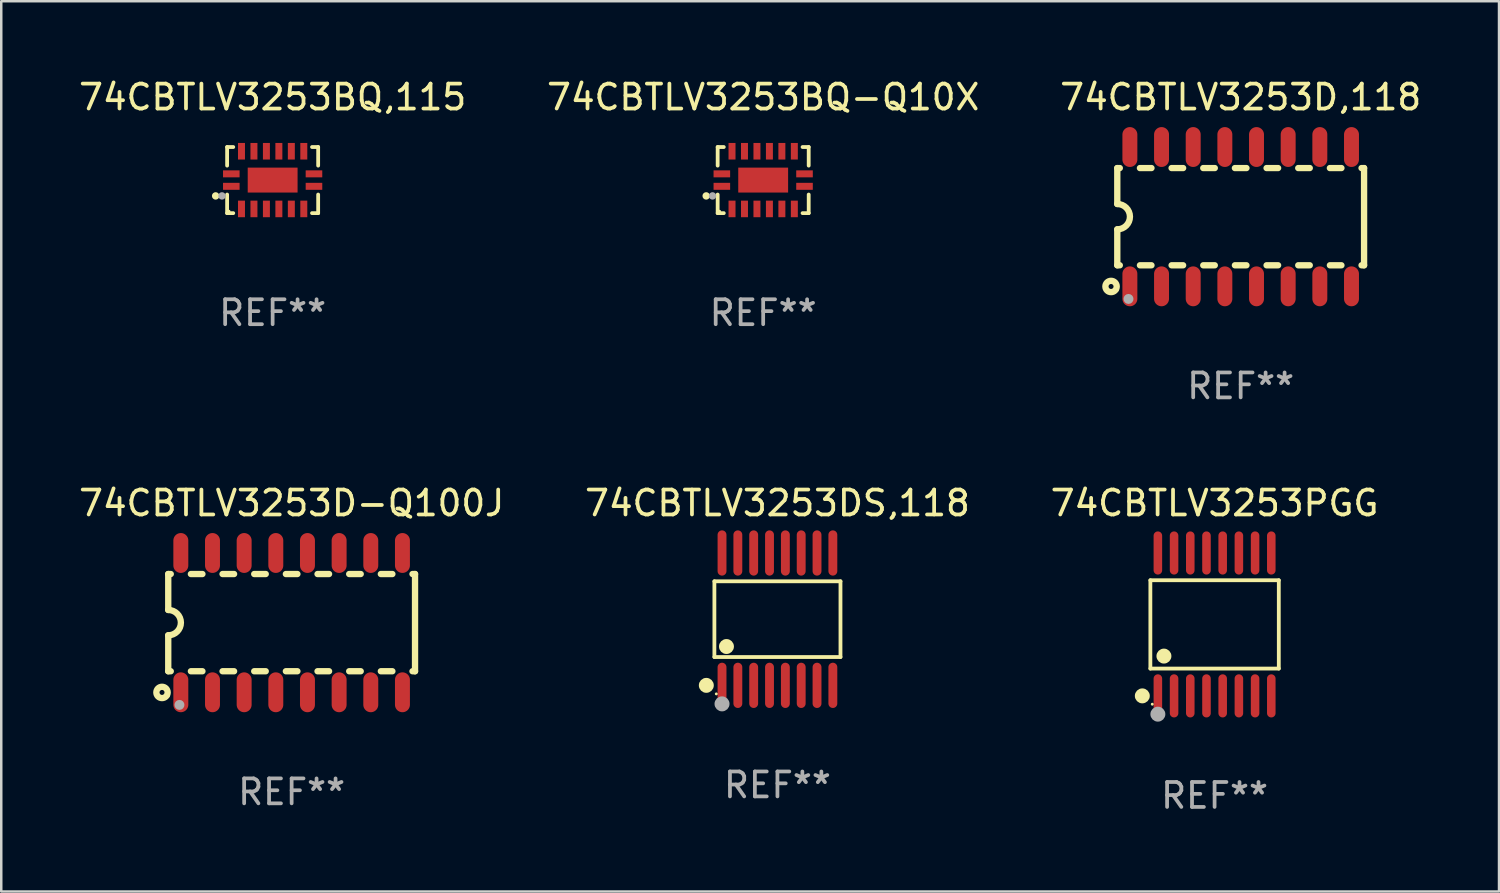
<source format=kicad_pcb>
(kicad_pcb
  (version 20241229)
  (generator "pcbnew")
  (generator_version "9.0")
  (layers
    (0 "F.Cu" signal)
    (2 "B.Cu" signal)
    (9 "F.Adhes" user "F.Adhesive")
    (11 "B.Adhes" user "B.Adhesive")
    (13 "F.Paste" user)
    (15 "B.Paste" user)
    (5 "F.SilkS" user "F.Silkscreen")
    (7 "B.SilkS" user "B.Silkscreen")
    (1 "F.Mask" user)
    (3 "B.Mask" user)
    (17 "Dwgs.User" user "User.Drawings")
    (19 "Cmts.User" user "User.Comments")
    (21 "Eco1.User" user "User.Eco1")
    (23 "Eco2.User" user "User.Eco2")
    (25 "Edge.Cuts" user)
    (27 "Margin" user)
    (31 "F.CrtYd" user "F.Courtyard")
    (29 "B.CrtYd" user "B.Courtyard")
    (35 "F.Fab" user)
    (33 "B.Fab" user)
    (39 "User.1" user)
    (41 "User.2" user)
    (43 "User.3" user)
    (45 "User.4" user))
  (footprint "74CBTLV3253BQ-Q10X"
    (layer "F.Cu")
    (at 27.565 4.174)
    (property "Reference" "74CBTLV3253BQ-Q10X" (at 0 -3.326 0) (layer "F.SilkS") (effects (font (size 1 1) (thickness 0.15))))
    (attr through_hole)
    (fp_line (start -1.826 -1.326) (end -1.58 -1.326) (stroke (width 0.152) (type solid)) (layer "F.SilkS"))
    (fp_line (start -1.826 -0.58) (end -1.826 -1.326) (stroke (width 0.152) (type solid)) (layer "F.SilkS"))
    (fp_line (start -1.826 0.58) (end -1.826 1.326) (stroke (width 0.152) (type solid)) (layer "F.SilkS"))
    (fp_line (start -1.826 1.326) (end -1.58 1.326) (stroke (width 0.152) (type solid)) (layer "F.SilkS"))
    (fp_line (start 1.826 -1.326) (end 1.58 -1.326) (stroke (width 0.152) (type solid)) (layer "F.SilkS"))
    (fp_line (start 1.826 -0.58) (end 1.826 -1.326) (stroke (width 0.152) (type solid)) (layer "F.SilkS"))
    (fp_line (start 1.826 0.58) (end 1.826 1.326) (stroke (width 0.152) (type solid)) (layer "F.SilkS"))
    (fp_line (start 1.826 1.326) (end 1.58 1.326) (stroke (width 0.152) (type solid)) (layer "F.SilkS"))
    (fp_circle (center -2.286 0.635) (end -2.211 0.635) (stroke (width 0.15) (type solid)) (fill no) (layer "F.SilkS"))
    (fp_circle (center -1.75 1.25) (end -1.72 1.25) (stroke (width 0.06) (type solid)) (fill no) (layer "F.SilkS"))
    (fp_circle (center -2.032 0.635) (end -1.957 0.635) (stroke (width 0.15) (type solid)) (fill no) (layer "F.Fab"))
    (fp_text user "REF**" (at 0 5.326 0) (layer "F.Fab") (effects (font (size 1 1) (thickness 0.15))))
    (pad "1" smd rect (at -1.658 0.25) (size 0.665 0.28) (layers "F.Cu" "F.Mask" "F.Paste"))
    (pad "2" smd rect (at -1.25 1.157) (size 0.28 0.665) (layers "F.Cu" "F.Mask" "F.Paste"))
    (pad "3" smd rect (at -0.75 1.157) (size 0.28 0.665) (layers "F.Cu" "F.Mask" "F.Paste"))
    (pad "4" smd rect (at -0.25 1.157) (size 0.28 0.665) (layers "F.Cu" "F.Mask" "F.Paste"))
    (pad "5" smd rect (at 0.25 1.157) (size 0.28 0.665) (layers "F.Cu" "F.Mask" "F.Paste"))
    (pad "6" smd rect (at 0.75 1.157) (size 0.28 0.665) (layers "F.Cu" "F.Mask" "F.Paste"))
    (pad "7" smd rect (at 1.25 1.157) (size 0.28 0.665) (layers "F.Cu" "F.Mask" "F.Paste"))
    (pad "8" smd rect (at 1.658 0.25) (size 0.665 0.28) (layers "F.Cu" "F.Mask" "F.Paste"))
    (pad "9" smd rect (at 1.658 -0.25) (size 0.665 0.28) (layers "F.Cu" "F.Mask" "F.Paste"))
    (pad "10" smd rect (at 1.25 -1.157) (size 0.28 0.665) (layers "F.Cu" "F.Mask" "F.Paste"))
    (pad "11" smd rect (at 0.75 -1.157) (size 0.28 0.665) (layers "F.Cu" "F.Mask" "F.Paste"))
    (pad "12" smd rect (at 0.25 -1.157) (size 0.28 0.665) (layers "F.Cu" "F.Mask" "F.Paste"))
    (pad "13" smd rect (at -0.25 -1.157) (size 0.28 0.665) (layers "F.Cu" "F.Mask" "F.Paste"))
    (pad "14" smd rect (at -0.75 -1.157) (size 0.28 0.665) (layers "F.Cu" "F.Mask" "F.Paste"))
    (pad "15" smd rect (at -1.25 -1.157) (size 0.28 0.665) (layers "F.Cu" "F.Mask" "F.Paste"))
    (pad "16" smd rect (at -1.658 -0.25) (size 0.665 0.28) (layers "F.Cu" "F.Mask" "F.Paste"))
    (pad "17" smd rect (at 0 0) (size 2 1) (layers "F.Cu" "F.Mask" "F.Paste")))
  (footprint "74CBTLV3253BQ,115"
    (layer "F.Cu")
    (at 7.887 4.174)
    (property "Reference" "74CBTLV3253BQ,115" (at 0 -3.326 0) (layer "F.SilkS") (effects (font (size 1 1) (thickness 0.15))))
    (attr through_hole)
    (fp_line (start -1.826 -1.326) (end -1.58 -1.326) (stroke (width 0.152) (type solid)) (layer "F.SilkS"))
    (fp_line (start -1.826 -0.58) (end -1.826 -1.326) (stroke (width 0.152) (type solid)) (layer "F.SilkS"))
    (fp_line (start -1.826 0.58) (end -1.826 1.326) (stroke (width 0.152) (type solid)) (layer "F.SilkS"))
    (fp_line (start -1.826 1.326) (end -1.58 1.326) (stroke (width 0.152) (type solid)) (layer "F.SilkS"))
    (fp_line (start 1.826 -1.326) (end 1.58 -1.326) (stroke (width 0.152) (type solid)) (layer "F.SilkS"))
    (fp_line (start 1.826 -0.58) (end 1.826 -1.326) (stroke (width 0.152) (type solid)) (layer "F.SilkS"))
    (fp_line (start 1.826 0.58) (end 1.826 1.326) (stroke (width 0.152) (type solid)) (layer "F.SilkS"))
    (fp_line (start 1.826 1.326) (end 1.58 1.326) (stroke (width 0.152) (type solid)) (layer "F.SilkS"))
    (fp_circle (center -2.286 0.635) (end -2.211 0.635) (stroke (width 0.15) (type solid)) (fill no) (layer "F.SilkS"))
    (fp_circle (center -1.75 1.25) (end -1.72 1.25) (stroke (width 0.06) (type solid)) (fill no) (layer "F.SilkS"))
    (fp_circle (center -2.032 0.635) (end -1.957 0.635) (stroke (width 0.15) (type solid)) (fill no) (layer "F.Fab"))
    (fp_text user "REF**" (at 0 5.326 0) (layer "F.Fab") (effects (font (size 1 1) (thickness 0.15))))
    (pad "1" smd rect (at -1.658 0.25) (size 0.665 0.28) (layers "F.Cu" "F.Mask" "F.Paste"))
    (pad "2" smd rect (at -1.25 1.157) (size 0.28 0.665) (layers "F.Cu" "F.Mask" "F.Paste"))
    (pad "3" smd rect (at -0.75 1.157) (size 0.28 0.665) (layers "F.Cu" "F.Mask" "F.Paste"))
    (pad "4" smd rect (at -0.25 1.157) (size 0.28 0.665) (layers "F.Cu" "F.Mask" "F.Paste"))
    (pad "5" smd rect (at 0.25 1.157) (size 0.28 0.665) (layers "F.Cu" "F.Mask" "F.Paste"))
    (pad "6" smd rect (at 0.75 1.157) (size 0.28 0.665) (layers "F.Cu" "F.Mask" "F.Paste"))
    (pad "7" smd rect (at 1.25 1.157) (size 0.28 0.665) (layers "F.Cu" "F.Mask" "F.Paste"))
    (pad "8" smd rect (at 1.658 0.25) (size 0.665 0.28) (layers "F.Cu" "F.Mask" "F.Paste"))
    (pad "9" smd rect (at 1.658 -0.25) (size 0.665 0.28) (layers "F.Cu" "F.Mask" "F.Paste"))
    (pad "10" smd rect (at 1.25 -1.157) (size 0.28 0.665) (layers "F.Cu" "F.Mask" "F.Paste"))
    (pad "11" smd rect (at 0.75 -1.157) (size 0.28 0.665) (layers "F.Cu" "F.Mask" "F.Paste"))
    (pad "12" smd rect (at 0.25 -1.157) (size 0.28 0.665) (layers "F.Cu" "F.Mask" "F.Paste"))
    (pad "13" smd rect (at -0.25 -1.157) (size 0.28 0.665) (layers "F.Cu" "F.Mask" "F.Paste"))
    (pad "14" smd rect (at -0.75 -1.157) (size 0.28 0.665) (layers "F.Cu" "F.Mask" "F.Paste"))
    (pad "15" smd rect (at -1.25 -1.157) (size 0.28 0.665) (layers "F.Cu" "F.Mask" "F.Paste"))
    (pad "16" smd rect (at -1.658 -0.25) (size 0.665 0.28) (layers "F.Cu" "F.Mask" "F.Paste"))
    (pad "17" smd rect (at 0 0) (size 2 1) (layers "F.Cu" "F.Mask" "F.Paste")))
  (footprint "74CBTLV3253DS,118"
    (layer "F.Cu")
    (at 28.137 21.788)
    (property "Reference" "74CBTLV3253DS,118" (at 0 -4.655 0) (layer "F.SilkS") (effects (font (size 1 1) (thickness 0.15))))
    (attr through_hole)
    (fp_line (start -2.529 -1.519) (end 2.529 -1.519) (stroke (width 0.152) (type solid)) (layer "F.SilkS"))
    (fp_line (start -2.529 1.519) (end -2.529 -1.519) (stroke (width 0.152) (type solid)) (layer "F.SilkS"))
    (fp_line (start 2.529 -1.519) (end 2.529 1.519) (stroke (width 0.152) (type solid)) (layer "F.SilkS"))
    (fp_line (start 2.529 1.519) (end -2.529 1.519) (stroke (width 0.152) (type solid)) (layer "F.SilkS"))
    (fp_circle (center -2.853 2.655) (end -2.703 2.655) (stroke (width 0.3) (type solid)) (fill no) (layer "F.SilkS"))
    (fp_circle (center -2.453 2.998) (end -2.423 2.998) (stroke (width 0.06) (type solid)) (fill no) (layer "F.SilkS"))
    (fp_circle (center -2.045 1.097) (end -1.895 1.097) (stroke (width 0.3) (type solid)) (fill no) (layer "F.SilkS"))
    (fp_circle (center -2.223 3.398) (end -2.072 3.398) (stroke (width 0.3) (type solid)) (fill no) (layer "F.Fab"))
    (fp_text user "REF**" (at 0 6.655 0) (layer "F.Fab") (effects (font (size 1 1) (thickness 0.15))))
    (pad "1" smd oval (at -2.223 2.655) (size 0.356 1.815) (layers "F.Cu" "F.Mask" "F.Paste"))
    (pad "2" smd oval (at -1.588 2.655) (size 0.356 1.815) (layers "F.Cu" "F.Mask" "F.Paste"))
    (pad "3" smd oval (at -0.953 2.655) (size 0.356 1.815) (layers "F.Cu" "F.Mask" "F.Paste"))
    (pad "4" smd oval (at -0.318 2.655) (size 0.356 1.815) (layers "F.Cu" "F.Mask" "F.Paste"))
    (pad "5" smd oval (at 0.318 2.655) (size 0.356 1.815) (layers "F.Cu" "F.Mask" "F.Paste"))
    (pad "6" smd oval (at 0.953 2.655) (size 0.356 1.815) (layers "F.Cu" "F.Mask" "F.Paste"))
    (pad "7" smd oval (at 1.588 2.655) (size 0.356 1.815) (layers "F.Cu" "F.Mask" "F.Paste"))
    (pad "8" smd oval (at 2.223 2.655) (size 0.356 1.815) (layers "F.Cu" "F.Mask" "F.Paste"))
    (pad "9" smd oval (at 2.223 -2.655) (size 0.356 1.815) (layers "F.Cu" "F.Mask" "F.Paste"))
    (pad "10" smd oval (at 1.588 -2.655) (size 0.356 1.815) (layers "F.Cu" "F.Mask" "F.Paste"))
    (pad "11" smd oval (at 0.953 -2.655) (size 0.356 1.815) (layers "F.Cu" "F.Mask" "F.Paste"))
    (pad "12" smd oval (at 0.318 -2.655) (size 0.356 1.815) (layers "F.Cu" "F.Mask" "F.Paste"))
    (pad "13" smd oval (at -0.318 -2.655) (size 0.356 1.815) (layers "F.Cu" "F.Mask" "F.Paste"))
    (pad "14" smd oval (at -0.953 -2.655) (size 0.356 1.815) (layers "F.Cu" "F.Mask" "F.Paste"))
    (pad "15" smd oval (at -1.588 -2.655) (size 0.356 1.815) (layers "F.Cu" "F.Mask" "F.Paste"))
    (pad "16" smd oval (at -2.223 -2.655) (size 0.356 1.815) (layers "F.Cu" "F.Mask" "F.Paste")))
  (footprint "74CBTLV3253D-Q100J"
    (layer "F.Cu")
    (at 8.649 21.927)
    (property "Reference" "74CBTLV3253D-Q100J" (at 0 -4.794 0) (layer "F.SilkS") (effects (font (size 1 1) (thickness 0.15))))
    (attr through_hole)
    (fp_line (start -4.95 -1.95) (end -4.95 -0.508) (stroke (width 0.254) (type solid)) (layer "F.SilkS"))
    (fp_line (start -4.95 -1.95) (end -4.849 -1.95) (stroke (width 0.254) (type solid)) (layer "F.SilkS"))
    (fp_line (start -4.95 1.95) (end -4.95 0.508) (stroke (width 0.254) (type solid)) (layer "F.SilkS"))
    (fp_line (start -4.95 1.95) (end -4.849 1.95) (stroke (width 0.254) (type solid)) (layer "F.SilkS"))
    (fp_line (start -4.041 -1.95) (end -3.579 -1.95) (stroke (width 0.254) (type solid)) (layer "F.SilkS"))
    (fp_line (start -4.041 1.95) (end -3.579 1.95) (stroke (width 0.254) (type solid)) (layer "F.SilkS"))
    (fp_line (start -2.771 -1.95) (end -2.309 -1.95) (stroke (width 0.254) (type solid)) (layer "F.SilkS"))
    (fp_line (start -2.771 1.95) (end -2.309 1.95) (stroke (width 0.254) (type solid)) (layer "F.SilkS"))
    (fp_line (start -1.501 -1.95) (end -1.039 -1.95) (stroke (width 0.254) (type solid)) (layer "F.SilkS"))
    (fp_line (start -1.501 1.95) (end -1.039 1.95) (stroke (width 0.254) (type solid)) (layer "F.SilkS"))
    (fp_line (start -0.231 -1.95) (end 0.231 -1.95) (stroke (width 0.254) (type solid)) (layer "F.SilkS"))
    (fp_line (start -0.231 1.95) (end 0.231 1.95) (stroke (width 0.254) (type solid)) (layer "F.SilkS"))
    (fp_line (start 1.039 -1.95) (end 1.501 -1.95) (stroke (width 0.254) (type solid)) (layer "F.SilkS"))
    (fp_line (start 1.039 1.95) (end 1.501 1.95) (stroke (width 0.254) (type solid)) (layer "F.SilkS"))
    (fp_line (start 2.309 -1.95) (end 2.771 -1.95) (stroke (width 0.254) (type solid)) (layer "F.SilkS"))
    (fp_line (start 2.309 1.95) (end 2.771 1.95) (stroke (width 0.254) (type solid)) (layer "F.SilkS"))
    (fp_line (start 3.579 -1.95) (end 4.041 -1.95) (stroke (width 0.254) (type solid)) (layer "F.SilkS"))
    (fp_line (start 3.579 1.95) (end 4.041 1.95) (stroke (width 0.254) (type solid)) (layer "F.SilkS"))
    (fp_line (start 4.849 -1.95) (end 4.95 -1.95) (stroke (width 0.254) (type solid)) (layer "F.SilkS"))
    (fp_line (start 4.849 1.95) (end 4.95 1.95) (stroke (width 0.254) (type solid)) (layer "F.SilkS"))
    (fp_line (start 4.95 -1.95) (end 4.95 1.95) (stroke (width 0.254) (type solid)) (layer "F.SilkS"))
    (fp_arc (start -4.95047 -0.508001) (mid -4.442469 -0.000228) (end -4.950013 0.508001) (stroke (width 0.254001) (type solid)) (layer "F.SilkS"))
    (fp_circle (center -5.2 2.8) (end -5.1 2.8) (stroke (width 0.254) (type solid)) (fill no) (layer "F.SilkS"))
    (fp_circle (center -4.95 2.947) (end -4.92 2.947) (stroke (width 0.06) (type solid)) (fill no) (layer "F.SilkS"))
    (fp_circle (center -4.5 3.3) (end -4.4 3.3) (stroke (width 0.2) (type solid)) (fill no) (layer "F.Fab"))
    (fp_text user "REF**" (at 0 6.794 0) (layer "F.Fab") (effects (font (size 1 1) (thickness 0.15))))
    (pad "1" smd oval (at -4.445 2.794) (size 0.6 1.6) (layers "F.Cu" "F.Mask" "F.Paste"))
    (pad "2" smd oval (at -3.175 2.794) (size 0.6 1.6) (layers "F.Cu" "F.Mask" "F.Paste"))
    (pad "3" smd oval (at -1.905 2.794) (size 0.6 1.6) (layers "F.Cu" "F.Mask" "F.Paste"))
    (pad "4" smd oval (at -0.635 2.794) (size 0.6 1.6) (layers "F.Cu" "F.Mask" "F.Paste"))
    (pad "5" smd oval (at 0.635 2.794) (size 0.6 1.6) (layers "F.Cu" "F.Mask" "F.Paste"))
    (pad "6" smd oval (at 1.905 2.794) (size 0.6 1.6) (layers "F.Cu" "F.Mask" "F.Paste"))
    (pad "7" smd oval (at 3.175 2.794) (size 0.6 1.6) (layers "F.Cu" "F.Mask" "F.Paste"))
    (pad "8" smd oval (at 4.445 2.794) (size 0.6 1.6) (layers "F.Cu" "F.Mask" "F.Paste"))
    (pad "9" smd oval (at 4.445 -2.794) (size 0.6 1.6) (layers "F.Cu" "F.Mask" "F.Paste"))
    (pad "10" smd oval (at 3.175 -2.794) (size 0.6 1.6) (layers "F.Cu" "F.Mask" "F.Paste"))
    (pad "11" smd oval (at 1.905 -2.794) (size 0.6 1.6) (layers "F.Cu" "F.Mask" "F.Paste"))
    (pad "12" smd oval (at 0.635 -2.794) (size 0.6 1.6) (layers "F.Cu" "F.Mask" "F.Paste"))
    (pad "13" smd oval (at -0.635 -2.794) (size 0.6 1.6) (layers "F.Cu" "F.Mask" "F.Paste"))
    (pad "14" smd oval (at -1.905 -2.794) (size 0.6 1.6) (layers "F.Cu" "F.Mask" "F.Paste"))
    (pad "15" smd oval (at -3.175 -2.794) (size 0.6 1.6) (layers "F.Cu" "F.Mask" "F.Paste"))
    (pad "16" smd oval (at -4.445 -2.794) (size 0.6 1.6) (layers "F.Cu" "F.Mask" "F.Paste")))
  (footprint "74CBTLV3253PGG"
    (layer "F.Cu")
    (at 45.673 21.999)
    (property "Reference" "74CBTLV3253PGG" (at 0 -4.866 0) (layer "F.SilkS") (effects (font (size 1 1) (thickness 0.15))))
    (attr through_hole)
    (fp_line (start -2.576 -1.772) (end 2.576 -1.772) (stroke (width 0.152) (type solid)) (layer "F.SilkS"))
    (fp_line (start -2.576 1.771) (end -2.576 -1.772) (stroke (width 0.152) (type solid)) (layer "F.SilkS"))
    (fp_line (start 2.576 -1.772) (end 2.576 1.771) (stroke (width 0.152) (type solid)) (layer "F.SilkS"))
    (fp_line (start 2.576 1.771) (end -2.576 1.771) (stroke (width 0.152) (type solid)) (layer "F.SilkS"))
    (fp_circle (center -2.899 2.866) (end -2.749 2.866) (stroke (width 0.3) (type solid)) (fill no) (layer "F.SilkS"))
    (fp_circle (center -2.5 3.2) (end -2.47 3.2) (stroke (width 0.06) (type solid)) (fill no) (layer "F.SilkS"))
    (fp_circle (center -2.032 1.27) (end -1.882 1.27) (stroke (width 0.3) (type solid)) (fill no) (layer "F.SilkS"))
    (fp_circle (center -2.275 3.6) (end -2.125 3.6) (stroke (width 0.3) (type solid)) (fill no) (layer "F.Fab"))
    (fp_text user "REF**" (at 0 6.866 0) (layer "F.Fab") (effects (font (size 1 1) (thickness 0.15))))
    (pad "1" smd oval (at -2.275 2.866) (size 0.343 1.731) (layers "F.Cu" "F.Mask" "F.Paste"))
    (pad "2" smd oval (at -1.625 2.866) (size 0.343 1.731) (layers "F.Cu" "F.Mask" "F.Paste"))
    (pad "3" smd oval (at -0.975 2.866) (size 0.343 1.731) (layers "F.Cu" "F.Mask" "F.Paste"))
    (pad "4" smd oval (at -0.325 2.866) (size 0.343 1.731) (layers "F.Cu" "F.Mask" "F.Paste"))
    (pad "5" smd oval (at 0.325 2.866) (size 0.343 1.731) (layers "F.Cu" "F.Mask" "F.Paste"))
    (pad "6" smd oval (at 0.975 2.866) (size 0.343 1.731) (layers "F.Cu" "F.Mask" "F.Paste"))
    (pad "7" smd oval (at 1.625 2.866) (size 0.343 1.731) (layers "F.Cu" "F.Mask" "F.Paste"))
    (pad "8" smd oval (at 2.275 2.866) (size 0.343 1.731) (layers "F.Cu" "F.Mask" "F.Paste"))
    (pad "9" smd oval (at 2.275 -2.866) (size 0.343 1.731) (layers "F.Cu" "F.Mask" "F.Paste"))
    (pad "10" smd oval (at 1.625 -2.866) (size 0.343 1.731) (layers "F.Cu" "F.Mask" "F.Paste"))
    (pad "11" smd oval (at 0.975 -2.866) (size 0.343 1.731) (layers "F.Cu" "F.Mask" "F.Paste"))
    (pad "12" smd oval (at 0.325 -2.866) (size 0.343 1.731) (layers "F.Cu" "F.Mask" "F.Paste"))
    (pad "13" smd oval (at -0.325 -2.866) (size 0.343 1.731) (layers "F.Cu" "F.Mask" "F.Paste"))
    (pad "14" smd oval (at -0.975 -2.866) (size 0.343 1.731) (layers "F.Cu" "F.Mask" "F.Paste"))
    (pad "15" smd oval (at -1.625 -2.866) (size 0.343 1.731) (layers "F.Cu" "F.Mask" "F.Paste"))
    (pad "16" smd oval (at -2.275 -2.866) (size 0.343 1.731) (layers "F.Cu" "F.Mask" "F.Paste")))
  (footprint "74CBTLV3253D,118"
    (layer "F.Cu")
    (at 46.72 5.642)
    (property "Reference" "74CBTLV3253D,118" (at 0 -4.794 0) (layer "F.SilkS") (effects (font (size 1 1) (thickness 0.15))))
    (attr through_hole)
    (fp_line (start -4.95 -1.95) (end -4.95 -0.508) (stroke (width 0.254) (type solid)) (layer "F.SilkS"))
    (fp_line (start -4.95 -1.95) (end -4.849 -1.95) (stroke (width 0.254) (type solid)) (layer "F.SilkS"))
    (fp_line (start -4.95 1.95) (end -4.95 0.508) (stroke (width 0.254) (type solid)) (layer "F.SilkS"))
    (fp_line (start -4.95 1.95) (end -4.849 1.95) (stroke (width 0.254) (type solid)) (layer "F.SilkS"))
    (fp_line (start -4.041 -1.95) (end -3.579 -1.95) (stroke (width 0.254) (type solid)) (layer "F.SilkS"))
    (fp_line (start -4.041 1.95) (end -3.579 1.95) (stroke (width 0.254) (type solid)) (layer "F.SilkS"))
    (fp_line (start -2.771 -1.95) (end -2.309 -1.95) (stroke (width 0.254) (type solid)) (layer "F.SilkS"))
    (fp_line (start -2.771 1.95) (end -2.309 1.95) (stroke (width 0.254) (type solid)) (layer "F.SilkS"))
    (fp_line (start -1.501 -1.95) (end -1.039 -1.95) (stroke (width 0.254) (type solid)) (layer "F.SilkS"))
    (fp_line (start -1.501 1.95) (end -1.039 1.95) (stroke (width 0.254) (type solid)) (layer "F.SilkS"))
    (fp_line (start -0.231 -1.95) (end 0.231 -1.95) (stroke (width 0.254) (type solid)) (layer "F.SilkS"))
    (fp_line (start -0.231 1.95) (end 0.231 1.95) (stroke (width 0.254) (type solid)) (layer "F.SilkS"))
    (fp_line (start 1.039 -1.95) (end 1.501 -1.95) (stroke (width 0.254) (type solid)) (layer "F.SilkS"))
    (fp_line (start 1.039 1.95) (end 1.501 1.95) (stroke (width 0.254) (type solid)) (layer "F.SilkS"))
    (fp_line (start 2.309 -1.95) (end 2.771 -1.95) (stroke (width 0.254) (type solid)) (layer "F.SilkS"))
    (fp_line (start 2.309 1.95) (end 2.771 1.95) (stroke (width 0.254) (type solid)) (layer "F.SilkS"))
    (fp_line (start 3.579 -1.95) (end 4.041 -1.95) (stroke (width 0.254) (type solid)) (layer "F.SilkS"))
    (fp_line (start 3.579 1.95) (end 4.041 1.95) (stroke (width 0.254) (type solid)) (layer "F.SilkS"))
    (fp_line (start 4.849 -1.95) (end 4.95 -1.95) (stroke (width 0.254) (type solid)) (layer "F.SilkS"))
    (fp_line (start 4.849 1.95) (end 4.95 1.95) (stroke (width 0.254) (type solid)) (layer "F.SilkS"))
    (fp_line (start 4.95 -1.95) (end 4.95 1.95) (stroke (width 0.254) (type solid)) (layer "F.SilkS"))
    (fp_arc (start -4.95047 -0.508001) (mid -4.442469 -0.000228) (end -4.950013 0.508001) (stroke (width 0.254001) (type solid)) (layer "F.SilkS"))
    (fp_circle (center -5.2 2.8) (end -5.1 2.8) (stroke (width 0.254) (type solid)) (fill no) (layer "F.SilkS"))
    (fp_circle (center -4.95 2.947) (end -4.92 2.947) (stroke (width 0.06) (type solid)) (fill no) (layer "F.SilkS"))
    (fp_circle (center -4.5 3.3) (end -4.4 3.3) (stroke (width 0.2) (type solid)) (fill no) (layer "F.Fab"))
    (fp_text user "REF**" (at 0 6.794 0) (layer "F.Fab") (effects (font (size 1 1) (thickness 0.15))))
    (pad "1" smd oval (at -4.445 2.794) (size 0.6 1.6) (layers "F.Cu" "F.Mask" "F.Paste"))
    (pad "2" smd oval (at -3.175 2.794) (size 0.6 1.6) (layers "F.Cu" "F.Mask" "F.Paste"))
    (pad "3" smd oval (at -1.905 2.794) (size 0.6 1.6) (layers "F.Cu" "F.Mask" "F.Paste"))
    (pad "4" smd oval (at -0.635 2.794) (size 0.6 1.6) (layers "F.Cu" "F.Mask" "F.Paste"))
    (pad "5" smd oval (at 0.635 2.794) (size 0.6 1.6) (layers "F.Cu" "F.Mask" "F.Paste"))
    (pad "6" smd oval (at 1.905 2.794) (size 0.6 1.6) (layers "F.Cu" "F.Mask" "F.Paste"))
    (pad "7" smd oval (at 3.175 2.794) (size 0.6 1.6) (layers "F.Cu" "F.Mask" "F.Paste"))
    (pad "8" smd oval (at 4.445 2.794) (size 0.6 1.6) (layers "F.Cu" "F.Mask" "F.Paste"))
    (pad "9" smd oval (at 4.445 -2.794) (size 0.6 1.6) (layers "F.Cu" "F.Mask" "F.Paste"))
    (pad "10" smd oval (at 3.175 -2.794) (size 0.6 1.6) (layers "F.Cu" "F.Mask" "F.Paste"))
    (pad "11" smd oval (at 1.905 -2.794) (size 0.6 1.6) (layers "F.Cu" "F.Mask" "F.Paste"))
    (pad "12" smd oval (at 0.635 -2.794) (size 0.6 1.6) (layers "F.Cu" "F.Mask" "F.Paste"))
    (pad "13" smd oval (at -0.635 -2.794) (size 0.6 1.6) (layers "F.Cu" "F.Mask" "F.Paste"))
    (pad "14" smd oval (at -1.905 -2.794) (size 0.6 1.6) (layers "F.Cu" "F.Mask" "F.Paste"))
    (pad "15" smd oval (at -3.175 -2.794) (size 0.6 1.6) (layers "F.Cu" "F.Mask" "F.Paste"))
    (pad "16" smd oval (at -4.445 -2.794) (size 0.6 1.6) (layers "F.Cu" "F.Mask" "F.Paste")))
  (gr_rect
    (start -3 -3)
    (end 57.083 32.713)
    (stroke (width 0.1) (type default))
    (fill no)
    (layer "Edge.Cuts")))
</source>
